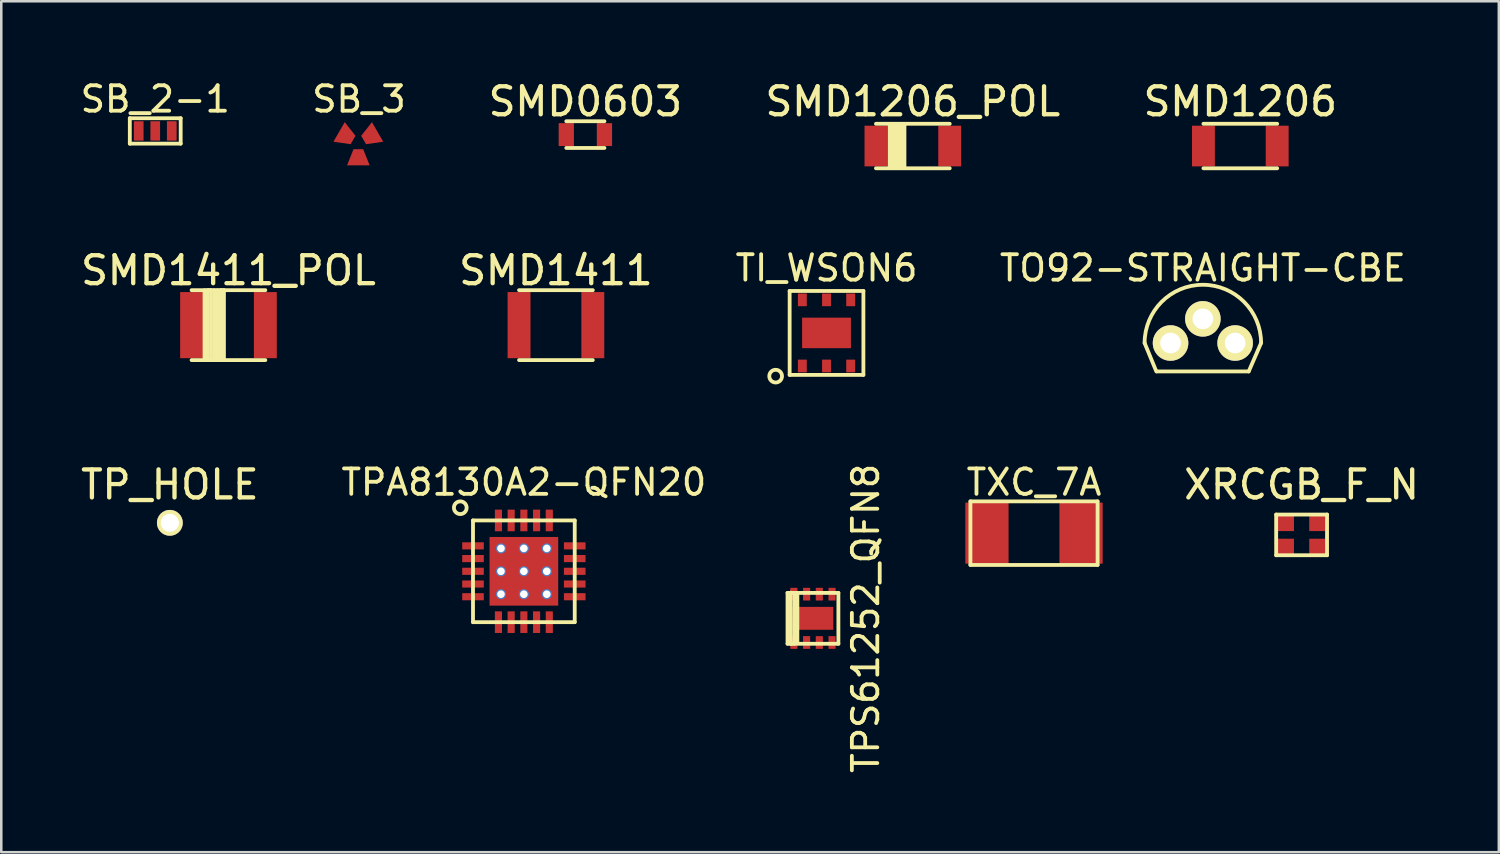
<source format=kicad_pcb>
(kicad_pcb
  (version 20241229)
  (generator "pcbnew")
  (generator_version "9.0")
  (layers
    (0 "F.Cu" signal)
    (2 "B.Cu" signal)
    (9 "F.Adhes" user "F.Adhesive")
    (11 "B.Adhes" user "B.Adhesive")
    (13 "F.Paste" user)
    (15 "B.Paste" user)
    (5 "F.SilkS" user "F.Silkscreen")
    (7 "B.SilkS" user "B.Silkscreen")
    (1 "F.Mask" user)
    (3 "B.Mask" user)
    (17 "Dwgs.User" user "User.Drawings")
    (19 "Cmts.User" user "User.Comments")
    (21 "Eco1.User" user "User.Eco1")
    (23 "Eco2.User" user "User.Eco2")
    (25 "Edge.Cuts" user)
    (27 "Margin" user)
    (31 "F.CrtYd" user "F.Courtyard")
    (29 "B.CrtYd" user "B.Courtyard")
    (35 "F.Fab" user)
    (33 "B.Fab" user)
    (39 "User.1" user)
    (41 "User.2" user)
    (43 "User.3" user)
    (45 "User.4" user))
  (footprint "TP_HOLE"
    (layer "F.Cu")
    (at 3.628 17.507)
    (property "Reference" "TP_HOLE" (at 0 -1.5 0) (layer "F.SilkS") (effects (font (size 1.1 1.1) (thickness 0.17))))
    (attr through_hole)
    (pad "1" thru_hole circle (at 0 0) (size 1.016 1.016) (drill 0.711) (layers "*.Cu" "*.Mask" "F.SilkS")))
  (footprint "TPA8130A2-QFN20"
    (layer "F.Cu")
    (at 17.548 19.413)
    (property "Reference" "TPA8130A2-QFN20" (at 0 -3.5 0) (layer "F.SilkS") (effects (font (size 1 1) (thickness 0.15))))
    (attr through_hole)
    (fp_line (start -2 -2) (end 2 -2) (stroke (width 0.15) (type solid)) (layer "F.SilkS"))
    (fp_line (start -2 2) (end -2 -2) (stroke (width 0.15) (type solid)) (layer "F.SilkS"))
    (fp_line (start 2 -2) (end 2 2) (stroke (width 0.15) (type solid)) (layer "F.SilkS"))
    (fp_line (start 2 2) (end -2 2) (stroke (width 0.15) (type solid)) (layer "F.SilkS"))
    (fp_circle (center -2.5 -2.5) (end -2.5 -2.25) (stroke (width 0.15) (type solid)) (fill no) (layer "F.SilkS"))
    (pad "1" smd rect (at -2 -1) (size 0.85 0.28) (layers "F.Cu" "F.Mask" "F.Paste"))
    (pad "2" smd rect (at -2 -0.5) (size 0.85 0.28) (layers "F.Cu" "F.Mask" "F.Paste"))
    (pad "3" smd rect (at -2 0) (size 0.85 0.28) (layers "F.Cu" "F.Mask" "F.Paste"))
    (pad "4" smd rect (at -2 0.5) (size 0.85 0.28) (layers "F.Cu" "F.Mask" "F.Paste"))
    (pad "5" smd rect (at -2 1) (size 0.85 0.28) (layers "F.Cu" "F.Mask" "F.Paste"))
    (pad "6" smd rect (at -1 2 90) (size 0.85 0.28) (layers "F.Cu" "F.Mask" "F.Paste"))
    (pad "7" smd rect (at -0.5 2 90) (size 0.85 0.28) (layers "F.Cu" "F.Mask" "F.Paste"))
    (pad "8" smd rect (at 0 2 90) (size 0.85 0.28) (layers "F.Cu" "F.Mask" "F.Paste"))
    (pad "9" smd rect (at 0.5 2 90) (size 0.85 0.28) (layers "F.Cu" "F.Mask" "F.Paste"))
    (pad "10" smd rect (at 1 2 90) (size 0.85 0.28) (layers "F.Cu" "F.Mask" "F.Paste"))
    (pad "11" smd rect (at 2 1) (size 0.85 0.28) (layers "F.Cu" "F.Mask" "F.Paste"))
    (pad "12" smd rect (at 2 0.5) (size 0.85 0.28) (layers "F.Cu" "F.Mask" "F.Paste"))
    (pad "13" smd rect (at 2 0) (size 0.85 0.28) (layers "F.Cu" "F.Mask" "F.Paste"))
    (pad "14" smd rect (at 2 -0.5) (size 0.85 0.28) (layers "F.Cu" "F.Mask" "F.Paste"))
    (pad "15" smd rect (at 2 -1) (size 0.85 0.28) (layers "F.Cu" "F.Mask" "F.Paste"))
    (pad "16" smd rect (at 1 -2 90) (size 0.85 0.28) (layers "F.Cu" "F.Mask" "F.Paste"))
    (pad "17" smd rect (at 0.5 -2 90) (size 0.85 0.28) (layers "F.Cu" "F.Mask" "F.Paste"))
    (pad "18" smd rect (at 0 -2 90) (size 0.85 0.28) (layers "F.Cu" "F.Mask" "F.Paste"))
    (pad "19" smd rect (at -0.5 -2 90) (size 0.85 0.28) (layers "F.Cu" "F.Mask" "F.Paste"))
    (pad "20" smd rect (at -1 -2 90) (size 0.85 0.28) (layers "F.Cu" "F.Mask" "F.Paste"))
    (pad "PAD" thru_hole circle (at -0.9 -0.9 90) (size 0.4 0.4) (drill 0.3) (layers "*.Cu"))
    (pad "PAD" thru_hole circle (at -0.9 0 90) (size 0.4 0.4) (drill 0.3) (layers "*.Cu"))
    (pad "PAD" thru_hole circle (at -0.9 0.9 90) (size 0.4 0.4) (drill 0.3) (layers "*.Cu"))
    (pad "PAD" thru_hole circle (at 0 -0.9 90) (size 0.4 0.4) (drill 0.3) (layers "*.Cu"))
    (pad "PAD" thru_hole circle (at 0 0 90) (size 0.4 0.4) (drill 0.3) (layers "*.Cu"))
    (pad "PAD" smd rect (at 0 0) (size 2.7 2.7) (layers "F.Cu" "F.Mask" "F.Paste"))
    (pad "PAD" thru_hole circle (at 0 0.9 90) (size 0.4 0.4) (drill 0.3) (layers "*.Cu"))
    (pad "PAD" thru_hole circle (at 0.9 -0.9 90) (size 0.4 0.4) (drill 0.3) (layers "*.Cu"))
    (pad "PAD" thru_hole circle (at 0.9 0 90) (size 0.4 0.4) (drill 0.3) (layers "*.Cu"))
    (pad "PAD" thru_hole circle (at 0.9 0.9 90) (size 0.4 0.4) (drill 0.3) (layers "*.Cu")))
  (footprint "TXC_7A"
    (layer "F.Cu")
    (at 37.606 17.913)
    (property "Reference" "TXC_7A" (at 0 -2 0) (layer "F.SilkS") (effects (font (size 1 1) (thickness 0.15))))
    (attr through_hole)
    (fp_line (start -2.5 -1.25) (end 2.5 -1.25) (stroke (width 0.15) (type solid)) (layer "F.SilkS"))
    (fp_line (start -2.5 1.25) (end -2.5 -1.25) (stroke (width 0.15) (type solid)) (layer "F.SilkS"))
    (fp_line (start 2.5 -1.25) (end 2.5 1.25) (stroke (width 0.15) (type solid)) (layer "F.SilkS"))
    (fp_line (start 2.5 1.25) (end -2.5 1.25) (stroke (width 0.15) (type solid)) (layer "F.SilkS"))
    (pad "1" smd rect (at -1.85 0) (size 1.7 2.4) (layers "F.Cu" "F.Mask" "F.Paste"))
    (pad "2" smd rect (at 1.85 0) (size 1.7 2.4) (layers "F.Cu" "F.Mask" "F.Paste")))
  (footprint "TPS61252_QFN8"
    (layer "F.Cu")
    (at 28.915 21.262)
    (property "Reference" "TPS61252_QFN8" (at 2.075 0 90) (layer "F.SilkS") (effects (font (size 1 1) (thickness 0.15))))
    (attr through_hole)
    (fp_line (start -1 -1) (end 1 -1) (stroke (width 0.15) (type solid)) (layer "F.SilkS"))
    (fp_line (start -1 1) (end -1 -1) (stroke (width 0.15) (type solid)) (layer "F.SilkS"))
    (fp_line (start -0.875 -1.012) (end -0.875 1) (stroke (width 0.15) (type solid)) (layer "F.SilkS"))
    (fp_line (start -0.875 1) (end -0.738 0.988) (stroke (width 0.15) (type solid)) (layer "F.SilkS"))
    (fp_line (start -0.738 0.988) (end -0.725 -0.988) (stroke (width 0.15) (type solid)) (layer "F.SilkS"))
    (fp_line (start -0.725 -0.988) (end -0.613 -0.988) (stroke (width 0.15) (type solid)) (layer "F.SilkS"))
    (fp_line (start -0.613 -0.988) (end -0.613 0.95) (stroke (width 0.15) (type solid)) (layer "F.SilkS"))
    (fp_line (start 1 -1) (end 1 1) (stroke (width 0.15) (type solid)) (layer "F.SilkS"))
    (fp_line (start 1 1) (end -1 1) (stroke (width 0.15) (type solid)) (layer "F.SilkS"))
    (pad "1" smd rect (at -0.75 0.95) (size 0.28 0.5) (layers "F.Cu" "F.Mask" "F.Paste"))
    (pad "2" smd rect (at -0.25 0.95) (size 0.28 0.5) (layers "F.Cu" "F.Mask" "F.Paste"))
    (pad "3" smd rect (at 0.25 0.95) (size 0.28 0.5) (layers "F.Cu" "F.Mask" "F.Paste"))
    (pad "4" smd rect (at 0.75 0.95) (size 0.28 0.5) (layers "F.Cu" "F.Mask" "F.Paste"))
    (pad "5" smd rect (at 0.75 -0.95) (size 0.28 0.5) (layers "F.Cu" "F.Mask" "F.Paste"))
    (pad "6" smd rect (at 0.25 -0.95) (size 0.28 0.5) (layers "F.Cu" "F.Mask" "F.Paste"))
    (pad "7" smd rect (at -0.25 -0.95) (size 0.28 0.5) (layers "F.Cu" "F.Mask" "F.Paste"))
    (pad "8" smd rect (at -0.75 -0.95) (size 0.28 0.5) (layers "F.Cu" "F.Mask" "F.Paste"))
    (pad "PAD" smd rect (at 0 0) (size 1.6 0.9) (layers "F.Cu" "F.Mask" "F.Paste")))
  (footprint "SB_2-1"
    (layer "F.Cu")
    (at 3.054 2.098)
    (property "Reference" "SB_2-1" (at 0 -1.25 0) (layer "F.SilkS") (effects (font (size 1 1) (thickness 0.15))))
    (attr through_hole)
    (fp_line (start -1 -0.5) (end 1 -0.5) (stroke (width 0.15) (type solid)) (layer "F.SilkS"))
    (fp_line (start -1 0.5) (end -1 -0.5) (stroke (width 0.15) (type solid)) (layer "F.SilkS"))
    (fp_line (start 1 -0.5) (end 1 0.5) (stroke (width 0.15) (type solid)) (layer "F.SilkS"))
    (fp_line (start 1 0.5) (end -1 0.5) (stroke (width 0.15) (type solid)) (layer "F.SilkS"))
    (pad "1" smd rect (at 0 0) (size 0.381 0.762) (layers "F.Cu" "F.Mask" "F.Paste"))
    (pad "2" smd rect (at -0.65 0) (size 0.381 0.762) (layers "F.Cu" "F.Mask" "F.Paste"))
    (pad "3" smd rect (at 0.65 0) (size 0.381 0.762) (layers "F.Cu" "F.Mask" "F.Paste")))
  (footprint "SB_3"
    (layer "F.Cu")
    (at 11.065 2.702)
    (property "Reference" "SB_3" (at 0 -1.854 0) (layer "F.SilkS") (effects (font (size 1 1) (thickness 0.15))))
    (attr through_hole)
    (pad "1" smd trapezoid (at -0.025 0.432) (size 0.635 0.635) (rect_delta 0 0.254) (layers "F.Cu" "F.Mask" "F.Paste"))
    (pad "2" smd trapezoid (at -0.508 -0.406 240) (size 0.635 0.635) (rect_delta 0 0.254) (layers "F.Cu" "F.Mask" "F.Paste"))
    (pad "3" smd trapezoid (at 0.457 -0.406 120) (size 0.635 0.635) (rect_delta 0 0.254) (layers "F.Cu" "F.Mask" "F.Paste")))
  (footprint "TI_WSON6"
    (layer "F.Cu")
    (at 29.448 10.04)
    (property "Reference" "TI_WSON6" (at 0 -2.55 0) (layer "F.SilkS") (effects (font (size 1 1) (thickness 0.15))))
    (attr through_hole)
    (fp_line (start -1.45 -1.65) (end 1.45 -1.65) (stroke (width 0.15) (type solid)) (layer "F.SilkS"))
    (fp_line (start -1.45 1.65) (end -1.45 -1.65) (stroke (width 0.15) (type solid)) (layer "F.SilkS"))
    (fp_line (start 1.45 -1.65) (end 1.45 1.65) (stroke (width 0.15) (type solid)) (layer "F.SilkS"))
    (fp_line (start 1.45 1.65) (end -1.45 1.65) (stroke (width 0.15) (type solid)) (layer "F.SilkS"))
    (fp_circle (center -2 1.7) (end -1.85 1.9) (stroke (width 0.15) (type solid)) (fill no) (layer "F.SilkS"))
    (pad "1" smd rect (at -0.95 1.3) (size 0.35 0.5) (layers "F.Cu" "F.Mask" "F.Paste"))
    (pad "2" smd rect (at 0 1.3) (size 0.35 0.5) (layers "F.Cu" "F.Mask" "F.Paste"))
    (pad "3" smd rect (at 0.95 1.3) (size 0.35 0.5) (layers "F.Cu" "F.Mask" "F.Paste"))
    (pad "4" smd rect (at 0.95 -1.3) (size 0.35 0.5) (layers "F.Cu" "F.Mask" "F.Paste"))
    (pad "5" smd rect (at 0 -1.3) (size 0.35 0.5) (layers "F.Cu" "F.Mask" "F.Paste"))
    (pad "6" smd rect (at -0.95 -1.3) (size 0.35 0.5) (layers "F.Cu" "F.Mask" "F.Paste"))
    (pad "PAD" smd rect (at 0 0) (size 1.92 1.2) (layers "F.Cu" "F.Mask" "F.Paste")))
  (footprint "SMD1206"
    (layer "F.Cu")
    (at 45.718 2.692)
    (property "Reference" "SMD1206" (at 0 -1.75 0) (layer "F.SilkS") (effects (font (size 1.1 1.1) (thickness 0.17))))
    (attr through_hole)
    (fp_line (start -1.45 -0.875) (end 1.45 -0.875) (stroke (width 0.15) (type solid)) (layer "F.SilkS"))
    (fp_line (start -1.45 0.875) (end 1.45 0.875) (stroke (width 0.15) (type solid)) (layer "F.SilkS"))
    (pad "1" smd rect (at -1.45 0) (size 0.9 1.6) (layers "F.Cu" "F.Mask" "F.Paste"))
    (pad "2" smd rect (at 1.45 0) (size 0.9 1.6) (layers "F.Cu" "F.Mask" "F.Paste")))
  (footprint "XRCGB_F_N"
    (layer "F.Cu")
    (at 48.128 17.982)
    (property "Reference" "XRCGB_F_N" (at 0 -1.975 0) (layer "F.SilkS") (effects (font (size 1.1 1.1) (thickness 0.17))))
    (attr through_hole)
    (fp_line (start -1 -0.8) (end 1 -0.8) (stroke (width 0.15) (type solid)) (layer "F.SilkS"))
    (fp_line (start -1 0.8) (end -1 -0.8) (stroke (width 0.15) (type solid)) (layer "F.SilkS"))
    (fp_line (start 1 -0.8) (end 1 0.8) (stroke (width 0.15) (type solid)) (layer "F.SilkS"))
    (fp_line (start 1 0.8) (end -1 0.8) (stroke (width 0.15) (type solid)) (layer "F.SilkS"))
    (pad "1" smd rect (at -0.675 -0.5) (size 0.75 0.7) (layers "F.Cu" "F.Mask" "F.Paste"))
    (pad "2" smd rect (at 0.675 0.5) (size 0.75 0.7) (layers "F.Cu" "F.Mask" "F.Paste"))
    (pad "GND" smd rect (at -0.675 0.5) (size 0.75 0.7) (layers "F.Cu" "F.Mask" "F.Paste"))
    (pad "GND" smd rect (at 0.675 -0.5) (size 0.75 0.7) (layers "F.Cu" "F.Mask" "F.Paste")))
  (footprint "SMD0603"
    (layer "F.Cu")
    (at 19.966 2.242)
    (property "Reference" "SMD0603" (at 0 -1.3 0) (layer "F.SilkS") (effects (font (size 1.1 1.1) (thickness 0.17))))
    (attr through_hole)
    (fp_line (start -0.75 -0.525) (end 0.75 -0.525) (stroke (width 0.15) (type solid)) (layer "F.SilkS"))
    (fp_line (start -0.75 0.525) (end 0.75 0.525) (stroke (width 0.15) (type solid)) (layer "F.SilkS"))
    (pad "1" smd rect (at -0.75 0) (size 0.6 0.9) (layers "F.Cu" "F.Mask" "F.Paste"))
    (pad "2" smd rect (at 0.75 0) (size 0.6 0.9) (layers "F.Cu" "F.Mask" "F.Paste")))
  (footprint "SMD1411"
    (layer "F.Cu")
    (at 18.809 9.734)
    (property "Reference" "SMD1411" (at 0 -2.15 0) (layer "F.SilkS") (effects (font (size 1.1 1.1) (thickness 0.17))))
    (attr through_hole)
    (fp_line (start -1.45 -1.375) (end 1.45 -1.375) (stroke (width 0.15) (type solid)) (layer "F.SilkS"))
    (fp_line (start -1.45 1.375) (end 1.45 1.375) (stroke (width 0.15) (type solid)) (layer "F.SilkS"))
    (pad "1" smd rect (at -1.45 0) (size 0.9 2.6) (layers "F.Cu" "F.Mask" "F.Paste"))
    (pad "2" smd rect (at 1.45 0) (size 0.9 2.6) (layers "F.Cu" "F.Mask" "F.Paste")))
  (footprint "TO92-STRAIGHT-CBE"
    (layer "F.Cu")
    (at 44.245 10.437)
    (property "Reference" "TO92-STRAIGHT-CBE" (at 0 -2.946 0) (layer "F.SilkS") (effects (font (size 1 1) (thickness 0.15))))
    (attr through_hole)
    (fp_line (start -1.829 1.118) (end -2.29 0) (stroke (width 0.15) (type solid)) (layer "F.SilkS"))
    (fp_line (start -1.8 1.118) (end 1.8 1.118) (stroke (width 0.15) (type solid)) (layer "F.SilkS"))
    (fp_line (start 1.803 1.118) (end 2.29 0) (stroke (width 0.15) (type solid)) (layer "F.SilkS"))
    (fp_arc (start -2.29 0) (mid 0 -2.29) (end 2.29 0) (stroke (width 0.15) (type solid)) (layer "F.SilkS"))
    (pad "B" thru_hole circle (at 0 -0.95) (size 1.397 1.397) (drill 0.813) (layers "*.Cu" "*.Mask" "F.SilkS"))
    (pad "C" thru_hole circle (at -1.27 0) (size 1.397 1.397) (drill 0.813) (layers "*.Cu" "*.Mask" "F.SilkS"))
    (pad "E" thru_hole circle (at 1.27 0) (size 1.397 1.397) (drill 0.813) (layers "*.Cu" "*.Mask" "F.SilkS")))
  (footprint "SMD1411_POL"
    (layer "F.Cu")
    (at 5.933 9.734)
    (property "Reference" "SMD1411_POL" (at 0 -2.15 0) (layer "F.SilkS") (effects (font (size 1.1 1.1) (thickness 0.17))))
    (attr through_hole)
    (fp_line (start -1.45 -1.375) (end 1.45 -1.375) (stroke (width 0.15) (type solid)) (layer "F.SilkS"))
    (fp_line (start -1.45 1.375) (end 1.45 1.375) (stroke (width 0.15) (type solid)) (layer "F.SilkS"))
    (fp_line (start -0.94 1.372) (end -0.94 -1.372) (stroke (width 0.15) (type solid)) (layer "F.SilkS"))
    (fp_line (start -0.813 -1.372) (end -0.813 1.372) (stroke (width 0.15) (type solid)) (layer "F.SilkS"))
    (fp_line (start -0.813 1.372) (end -0.94 1.372) (stroke (width 0.15) (type solid)) (layer "F.SilkS"))
    (fp_line (start -0.686 -1.372) (end -0.813 -1.372) (stroke (width 0.15) (type solid)) (layer "F.SilkS"))
    (fp_line (start -0.686 1.372) (end -0.686 -1.372) (stroke (width 0.15) (type solid)) (layer "F.SilkS"))
    (fp_line (start -0.559 -1.372) (end -0.559 1.372) (stroke (width 0.15) (type solid)) (layer "F.SilkS"))
    (fp_line (start -0.559 1.372) (end -0.686 1.372) (stroke (width 0.15) (type solid)) (layer "F.SilkS"))
    (fp_line (start -0.432 -1.372) (end -0.432 1.346) (stroke (width 0.15) (type solid)) (layer "F.SilkS"))
    (fp_line (start -0.432 1.346) (end -0.305 1.346) (stroke (width 0.15) (type solid)) (layer "F.SilkS"))
    (fp_line (start -0.305 -1.372) (end -0.178 -1.372) (stroke (width 0.15) (type solid)) (layer "F.SilkS"))
    (fp_line (start -0.305 1.346) (end -0.305 -1.372) (stroke (width 0.15) (type solid)) (layer "F.SilkS"))
    (fp_line (start -0.178 -1.372) (end -0.178 1.346) (stroke (width 0.15) (type solid)) (layer "F.SilkS"))
    (pad "1" smd rect (at -1.45 0) (size 0.9 2.6) (layers "F.Cu" "F.Mask" "F.Paste"))
    (pad "2" smd rect (at 1.45 0) (size 0.9 2.6) (layers "F.Cu" "F.Mask" "F.Paste")))
  (footprint "SMD1206_POL"
    (layer "F.Cu")
    (at 32.842 2.692)
    (property "Reference" "SMD1206_POL" (at 0 -1.75 0) (layer "F.SilkS") (effects (font (size 1.1 1.1) (thickness 0.17))))
    (attr through_hole)
    (fp_line (start -1.45 -0.875) (end 1.45 -0.875) (stroke (width 0.15) (type solid)) (layer "F.SilkS"))
    (fp_line (start -1.45 0.875) (end 1.45 0.875) (stroke (width 0.15) (type solid)) (layer "F.SilkS"))
    (fp_line (start -0.914 -0.864) (end -0.914 0.864) (stroke (width 0.15) (type solid)) (layer "F.SilkS"))
    (fp_line (start -0.914 0.864) (end -0.813 0.864) (stroke (width 0.15) (type solid)) (layer "F.SilkS"))
    (fp_line (start -0.813 -0.864) (end -0.686 -0.864) (stroke (width 0.15) (type solid)) (layer "F.SilkS"))
    (fp_line (start -0.813 0.864) (end -0.813 -0.864) (stroke (width 0.15) (type solid)) (layer "F.SilkS"))
    (fp_line (start -0.686 -0.864) (end -0.686 0.864) (stroke (width 0.15) (type solid)) (layer "F.SilkS"))
    (fp_line (start -0.686 0.864) (end -0.559 0.864) (stroke (width 0.15) (type solid)) (layer "F.SilkS"))
    (fp_line (start -0.559 -0.864) (end -0.406 -0.864) (stroke (width 0.15) (type solid)) (layer "F.SilkS"))
    (fp_line (start -0.559 0.864) (end -0.559 -0.864) (stroke (width 0.15) (type solid)) (layer "F.SilkS"))
    (fp_line (start -0.432 -0.864) (end -0.432 0.864) (stroke (width 0.15) (type solid)) (layer "F.SilkS"))
    (fp_line (start -0.432 0.864) (end -0.33 0.864) (stroke (width 0.15) (type solid)) (layer "F.SilkS"))
    (fp_line (start -0.33 0.864) (end -0.33 -0.864) (stroke (width 0.15) (type solid)) (layer "F.SilkS"))
    (pad "1" smd rect (at -1.45 0) (size 0.9 1.6) (layers "F.Cu" "F.Mask" "F.Paste"))
    (pad "2" smd rect (at 1.45 0) (size 0.9 1.6) (layers "F.Cu" "F.Mask" "F.Paste")))
  (gr_rect
    (start -3 -3)
    (end 55.883 30.458)
    (stroke (width 0.1) (type default))
    (fill no)
    (layer "Edge.Cuts")))
</source>
